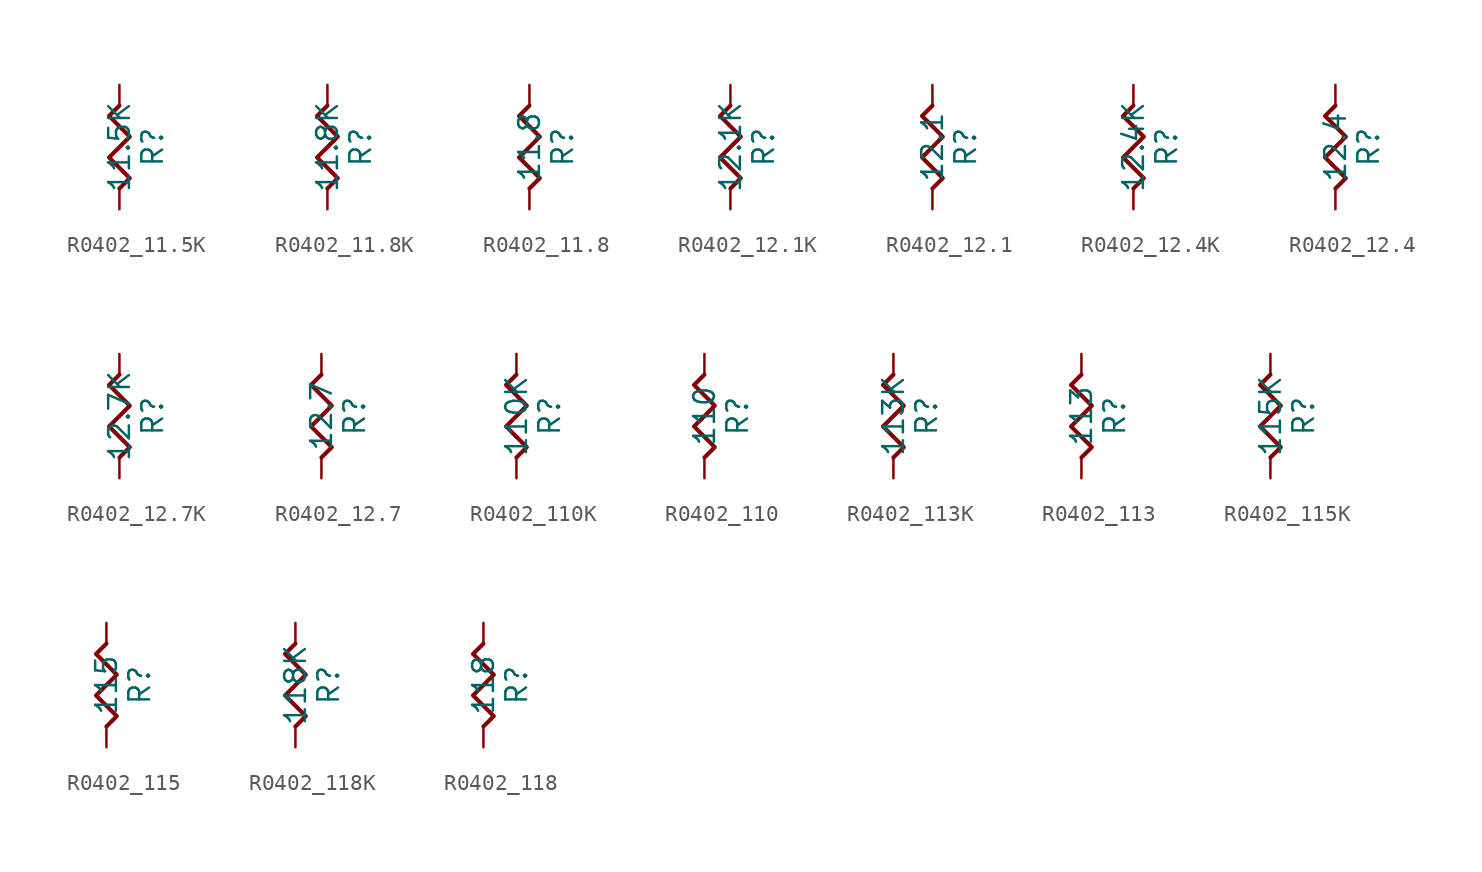
<source format=kicad_sym>
(kicad_symbol_lib
  (version 20211014)
  (generator atlantix-eda)
  (symbol "R0402_11.5K"
    (pin_numbers hide)
    (pin_names
      (offset 0))
    (property "Reference" "R"
      (at 2.032 0 90)
      (effects (font (size 1.27 1.27))))
    (property "Value" "11.5K"
      (at 0 0 90)
      (effects (font (size 1.27 1.27))))
    (symbol "R0402_11.5K_0_1"
      (polyline (pts (xy 0 -2.54) (xy 0.635 -1.905) (xy -0.635 -0.635) (xy 0.635 0.635) (xy -0.635 1.905) (xy 0 2.54)) (stroke (width 0.254) (type default) (color 0 0 0 0)) (fill (type none))))
    (symbol "R0402_11.5K_1_1"
      (pin passive line (at 0 3.81 270) (length 1.27) (name "~" (effects (font (size 1.27 1.27)))) (number "1" (effects (font (size 1.27 1.27)))))
      (pin passive line (at 0 -3.81 90) (length 1.27) (name "~" (effects (font (size 1.27 1.27)))) (number "2" (effects (font (size 1.27 1.27)))))))
  (symbol "R0402_11.8K"
    (pin_numbers hide)
    (pin_names
      (offset 0))
    (property "Reference" "R"
      (at 2.032 0 90)
      (effects (font (size 1.27 1.27))))
    (property "Value" "11.8K"
      (at 0 0 90)
      (effects (font (size 1.27 1.27))))
    (symbol "R0402_11.8K_0_1"
      (polyline (pts (xy 0 -2.54) (xy 0.635 -1.905) (xy -0.635 -0.635) (xy 0.635 0.635) (xy -0.635 1.905) (xy 0 2.54)) (stroke (width 0.254) (type default) (color 0 0 0 0)) (fill (type none))))
    (symbol "R0402_11.8K_1_1"
      (pin passive line (at 0 3.81 270) (length 1.27) (name "~" (effects (font (size 1.27 1.27)))) (number "1" (effects (font (size 1.27 1.27)))))
      (pin passive line (at 0 -3.81 90) (length 1.27) (name "~" (effects (font (size 1.27 1.27)))) (number "2" (effects (font (size 1.27 1.27)))))))
  (symbol "R0402_11.8"
    (pin_numbers hide)
    (pin_names
      (offset 0))
    (property "Reference" "R"
      (at 2.032 0 90)
      (effects (font (size 1.27 1.27))))
    (property "Value" "11.8"
      (at 0 0 90)
      (effects (font (size 1.27 1.27))))
    (symbol "R0402_11.8_0_1"
      (polyline (pts (xy 0 -2.54) (xy 0.635 -1.905) (xy -0.635 -0.635) (xy 0.635 0.635) (xy -0.635 1.905) (xy 0 2.54)) (stroke (width 0.254) (type default) (color 0 0 0 0)) (fill (type none))))
    (symbol "R0402_11.8_1_1"
      (pin passive line (at 0 3.81 270) (length 1.27) (name "~" (effects (font (size 1.27 1.27)))) (number "1" (effects (font (size 1.27 1.27)))))
      (pin passive line (at 0 -3.81 90) (length 1.27) (name "~" (effects (font (size 1.27 1.27)))) (number "2" (effects (font (size 1.27 1.27)))))))
  (symbol "R0402_12.1K"
    (pin_numbers hide)
    (pin_names
      (offset 0))
    (property "Reference" "R"
      (at 2.032 0 90)
      (effects (font (size 1.27 1.27))))
    (property "Value" "12.1K"
      (at 0 0 90)
      (effects (font (size 1.27 1.27))))
    (symbol "R0402_12.1K_0_1"
      (polyline (pts (xy 0 -2.54) (xy 0.635 -1.905) (xy -0.635 -0.635) (xy 0.635 0.635) (xy -0.635 1.905) (xy 0 2.54)) (stroke (width 0.254) (type default) (color 0 0 0 0)) (fill (type none))))
    (symbol "R0402_12.1K_1_1"
      (pin passive line (at 0 3.81 270) (length 1.27) (name "~" (effects (font (size 1.27 1.27)))) (number "1" (effects (font (size 1.27 1.27)))))
      (pin passive line (at 0 -3.81 90) (length 1.27) (name "~" (effects (font (size 1.27 1.27)))) (number "2" (effects (font (size 1.27 1.27)))))))
  (symbol "R0402_12.1"
    (pin_numbers hide)
    (pin_names
      (offset 0))
    (property "Reference" "R"
      (at 2.032 0 90)
      (effects (font (size 1.27 1.27))))
    (property "Value" "12.1"
      (at 0 0 90)
      (effects (font (size 1.27 1.27))))
    (symbol "R0402_12.1_0_1"
      (polyline (pts (xy 0 -2.54) (xy 0.635 -1.905) (xy -0.635 -0.635) (xy 0.635 0.635) (xy -0.635 1.905) (xy 0 2.54)) (stroke (width 0.254) (type default) (color 0 0 0 0)) (fill (type none))))
    (symbol "R0402_12.1_1_1"
      (pin passive line (at 0 3.81 270) (length 1.27) (name "~" (effects (font (size 1.27 1.27)))) (number "1" (effects (font (size 1.27 1.27)))))
      (pin passive line (at 0 -3.81 90) (length 1.27) (name "~" (effects (font (size 1.27 1.27)))) (number "2" (effects (font (size 1.27 1.27)))))))
  (symbol "R0402_12.4K"
    (pin_numbers hide)
    (pin_names
      (offset 0))
    (property "Reference" "R"
      (at 2.032 0 90)
      (effects (font (size 1.27 1.27))))
    (property "Value" "12.4K"
      (at 0 0 90)
      (effects (font (size 1.27 1.27))))
    (symbol "R0402_12.4K_0_1"
      (polyline (pts (xy 0 -2.54) (xy 0.635 -1.905) (xy -0.635 -0.635) (xy 0.635 0.635) (xy -0.635 1.905) (xy 0 2.54)) (stroke (width 0.254) (type default) (color 0 0 0 0)) (fill (type none))))
    (symbol "R0402_12.4K_1_1"
      (pin passive line (at 0 3.81 270) (length 1.27) (name "~" (effects (font (size 1.27 1.27)))) (number "1" (effects (font (size 1.27 1.27)))))
      (pin passive line (at 0 -3.81 90) (length 1.27) (name "~" (effects (font (size 1.27 1.27)))) (number "2" (effects (font (size 1.27 1.27)))))))
  (symbol "R0402_12.4"
    (pin_numbers hide)
    (pin_names
      (offset 0))
    (property "Reference" "R"
      (at 2.032 0 90)
      (effects (font (size 1.27 1.27))))
    (property "Value" "12.4"
      (at 0 0 90)
      (effects (font (size 1.27 1.27))))
    (symbol "R0402_12.4_0_1"
      (polyline (pts (xy 0 -2.54) (xy 0.635 -1.905) (xy -0.635 -0.635) (xy 0.635 0.635) (xy -0.635 1.905) (xy 0 2.54)) (stroke (width 0.254) (type default) (color 0 0 0 0)) (fill (type none))))
    (symbol "R0402_12.4_1_1"
      (pin passive line (at 0 3.81 270) (length 1.27) (name "~" (effects (font (size 1.27 1.27)))) (number "1" (effects (font (size 1.27 1.27)))))
      (pin passive line (at 0 -3.81 90) (length 1.27) (name "~" (effects (font (size 1.27 1.27)))) (number "2" (effects (font (size 1.27 1.27)))))))
  (symbol "R0402_12.7K"
    (pin_numbers hide)
    (pin_names
      (offset 0))
    (property "Reference" "R"
      (at 2.032 0 90)
      (effects (font (size 1.27 1.27))))
    (property "Value" "12.7K"
      (at 0 0 90)
      (effects (font (size 1.27 1.27))))
    (symbol "R0402_12.7K_0_1"
      (polyline (pts (xy 0 -2.54) (xy 0.635 -1.905) (xy -0.635 -0.635) (xy 0.635 0.635) (xy -0.635 1.905) (xy 0 2.54)) (stroke (width 0.254) (type default) (color 0 0 0 0)) (fill (type none))))
    (symbol "R0402_12.7K_1_1"
      (pin passive line (at 0 3.81 270) (length 1.27) (name "~" (effects (font (size 1.27 1.27)))) (number "1" (effects (font (size 1.27 1.27)))))
      (pin passive line (at 0 -3.81 90) (length 1.27) (name "~" (effects (font (size 1.27 1.27)))) (number "2" (effects (font (size 1.27 1.27)))))))
  (symbol "R0402_12.7"
    (pin_numbers hide)
    (pin_names
      (offset 0))
    (property "Reference" "R"
      (at 2.032 0 90)
      (effects (font (size 1.27 1.27))))
    (property "Value" "12.7"
      (at 0 0 90)
      (effects (font (size 1.27 1.27))))
    (symbol "R0402_12.7_0_1"
      (polyline (pts (xy 0 -2.54) (xy 0.635 -1.905) (xy -0.635 -0.635) (xy 0.635 0.635) (xy -0.635 1.905) (xy 0 2.54)) (stroke (width 0.254) (type default) (color 0 0 0 0)) (fill (type none))))
    (symbol "R0402_12.7_1_1"
      (pin passive line (at 0 3.81 270) (length 1.27) (name "~" (effects (font (size 1.27 1.27)))) (number "1" (effects (font (size 1.27 1.27)))))
      (pin passive line (at 0 -3.81 90) (length 1.27) (name "~" (effects (font (size 1.27 1.27)))) (number "2" (effects (font (size 1.27 1.27)))))))
  (symbol "R0402_110K"
    (pin_numbers hide)
    (pin_names
      (offset 0))
    (property "Reference" "R"
      (at 2.032 0 90)
      (effects (font (size 1.27 1.27))))
    (property "Value" "110K"
      (at 0 0 90)
      (effects (font (size 1.27 1.27))))
    (symbol "R0402_110K_0_1"
      (polyline (pts (xy 0 -2.54) (xy 0.635 -1.905) (xy -0.635 -0.635) (xy 0.635 0.635) (xy -0.635 1.905) (xy 0 2.54)) (stroke (width 0.254) (type default) (color 0 0 0 0)) (fill (type none))))
    (symbol "R0402_110K_1_1"
      (pin passive line (at 0 3.81 270) (length 1.27) (name "~" (effects (font (size 1.27 1.27)))) (number "1" (effects (font (size 1.27 1.27)))))
      (pin passive line (at 0 -3.81 90) (length 1.27) (name "~" (effects (font (size 1.27 1.27)))) (number "2" (effects (font (size 1.27 1.27)))))))
  (symbol "R0402_110"
    (pin_numbers hide)
    (pin_names
      (offset 0))
    (property "Reference" "R"
      (at 2.032 0 90)
      (effects (font (size 1.27 1.27))))
    (property "Value" "110"
      (at 0 0 90)
      (effects (font (size 1.27 1.27))))
    (symbol "R0402_110_0_1"
      (polyline (pts (xy 0 -2.54) (xy 0.635 -1.905) (xy -0.635 -0.635) (xy 0.635 0.635) (xy -0.635 1.905) (xy 0 2.54)) (stroke (width 0.254) (type default) (color 0 0 0 0)) (fill (type none))))
    (symbol "R0402_110_1_1"
      (pin passive line (at 0 3.81 270) (length 1.27) (name "~" (effects (font (size 1.27 1.27)))) (number "1" (effects (font (size 1.27 1.27)))))
      (pin passive line (at 0 -3.81 90) (length 1.27) (name "~" (effects (font (size 1.27 1.27)))) (number "2" (effects (font (size 1.27 1.27)))))))
  (symbol "R0402_113K"
    (pin_numbers hide)
    (pin_names
      (offset 0))
    (property "Reference" "R"
      (at 2.032 0 90)
      (effects (font (size 1.27 1.27))))
    (property "Value" "113K"
      (at 0 0 90)
      (effects (font (size 1.27 1.27))))
    (symbol "R0402_113K_0_1"
      (polyline (pts (xy 0 -2.54) (xy 0.635 -1.905) (xy -0.635 -0.635) (xy 0.635 0.635) (xy -0.635 1.905) (xy 0 2.54)) (stroke (width 0.254) (type default) (color 0 0 0 0)) (fill (type none))))
    (symbol "R0402_113K_1_1"
      (pin passive line (at 0 3.81 270) (length 1.27) (name "~" (effects (font (size 1.27 1.27)))) (number "1" (effects (font (size 1.27 1.27)))))
      (pin passive line (at 0 -3.81 90) (length 1.27) (name "~" (effects (font (size 1.27 1.27)))) (number "2" (effects (font (size 1.27 1.27)))))))
  (symbol "R0402_113"
    (pin_numbers hide)
    (pin_names
      (offset 0))
    (property "Reference" "R"
      (at 2.032 0 90)
      (effects (font (size 1.27 1.27))))
    (property "Value" "113"
      (at 0 0 90)
      (effects (font (size 1.27 1.27))))
    (symbol "R0402_113_0_1"
      (polyline (pts (xy 0 -2.54) (xy 0.635 -1.905) (xy -0.635 -0.635) (xy 0.635 0.635) (xy -0.635 1.905) (xy 0 2.54)) (stroke (width 0.254) (type default) (color 0 0 0 0)) (fill (type none))))
    (symbol "R0402_113_1_1"
      (pin passive line (at 0 3.81 270) (length 1.27) (name "~" (effects (font (size 1.27 1.27)))) (number "1" (effects (font (size 1.27 1.27)))))
      (pin passive line (at 0 -3.81 90) (length 1.27) (name "~" (effects (font (size 1.27 1.27)))) (number "2" (effects (font (size 1.27 1.27)))))))
  (symbol "R0402_115K"
    (pin_numbers hide)
    (pin_names
      (offset 0))
    (property "Reference" "R"
      (at 2.032 0 90)
      (effects (font (size 1.27 1.27))))
    (property "Value" "115K"
      (at 0 0 90)
      (effects (font (size 1.27 1.27))))
    (symbol "R0402_115K_0_1"
      (polyline (pts (xy 0 -2.54) (xy 0.635 -1.905) (xy -0.635 -0.635) (xy 0.635 0.635) (xy -0.635 1.905) (xy 0 2.54)) (stroke (width 0.254) (type default) (color 0 0 0 0)) (fill (type none))))
    (symbol "R0402_115K_1_1"
      (pin passive line (at 0 3.81 270) (length 1.27) (name "~" (effects (font (size 1.27 1.27)))) (number "1" (effects (font (size 1.27 1.27)))))
      (pin passive line (at 0 -3.81 90) (length 1.27) (name "~" (effects (font (size 1.27 1.27)))) (number "2" (effects (font (size 1.27 1.27)))))))
  (symbol "R0402_115"
    (pin_numbers hide)
    (pin_names
      (offset 0))
    (property "Reference" "R"
      (at 2.032 0 90)
      (effects (font (size 1.27 1.27))))
    (property "Value" "115"
      (at 0 0 90)
      (effects (font (size 1.27 1.27))))
    (symbol "R0402_115_0_1"
      (polyline (pts (xy 0 -2.54) (xy 0.635 -1.905) (xy -0.635 -0.635) (xy 0.635 0.635) (xy -0.635 1.905) (xy 0 2.54)) (stroke (width 0.254) (type default) (color 0 0 0 0)) (fill (type none))))
    (symbol "R0402_115_1_1"
      (pin passive line (at 0 3.81 270) (length 1.27) (name "~" (effects (font (size 1.27 1.27)))) (number "1" (effects (font (size 1.27 1.27)))))
      (pin passive line (at 0 -3.81 90) (length 1.27) (name "~" (effects (font (size 1.27 1.27)))) (number "2" (effects (font (size 1.27 1.27)))))))
  (symbol "R0402_118K"
    (pin_numbers hide)
    (pin_names
      (offset 0))
    (property "Reference" "R"
      (at 2.032 0 90)
      (effects (font (size 1.27 1.27))))
    (property "Value" "118K"
      (at 0 0 90)
      (effects (font (size 1.27 1.27))))
    (symbol "R0402_118K_0_1"
      (polyline (pts (xy 0 -2.54) (xy 0.635 -1.905) (xy -0.635 -0.635) (xy 0.635 0.635) (xy -0.635 1.905) (xy 0 2.54)) (stroke (width 0.254) (type default) (color 0 0 0 0)) (fill (type none))))
    (symbol "R0402_118K_1_1"
      (pin passive line (at 0 3.81 270) (length 1.27) (name "~" (effects (font (size 1.27 1.27)))) (number "1" (effects (font (size 1.27 1.27)))))
      (pin passive line (at 0 -3.81 90) (length 1.27) (name "~" (effects (font (size 1.27 1.27)))) (number "2" (effects (font (size 1.27 1.27)))))))
  (symbol "R0402_118"
    (pin_numbers hide)
    (pin_names
      (offset 0))
    (property "Reference" "R"
      (at 2.032 0 90)
      (effects (font (size 1.27 1.27))))
    (property "Value" "118"
      (at 0 0 90)
      (effects (font (size 1.27 1.27))))
    (symbol "R0402_118_0_1"
      (polyline (pts (xy 0 -2.54) (xy 0.635 -1.905) (xy -0.635 -0.635) (xy 0.635 0.635) (xy -0.635 1.905) (xy 0 2.54)) (stroke (width 0.254) (type default) (color 0 0 0 0)) (fill (type none))))
    (symbol "R0402_118_1_1"
      (pin passive line (at 0 3.81 270) (length 1.27) (name "~" (effects (font (size 1.27 1.27)))) (number "1" (effects (font (size 1.27 1.27)))))
      (pin passive line (at 0 -3.81 90) (length 1.27) (name "~" (effects (font (size 1.27 1.27)))) (number "2" (effects (font (size 1.27 1.27))))))))
</source>
